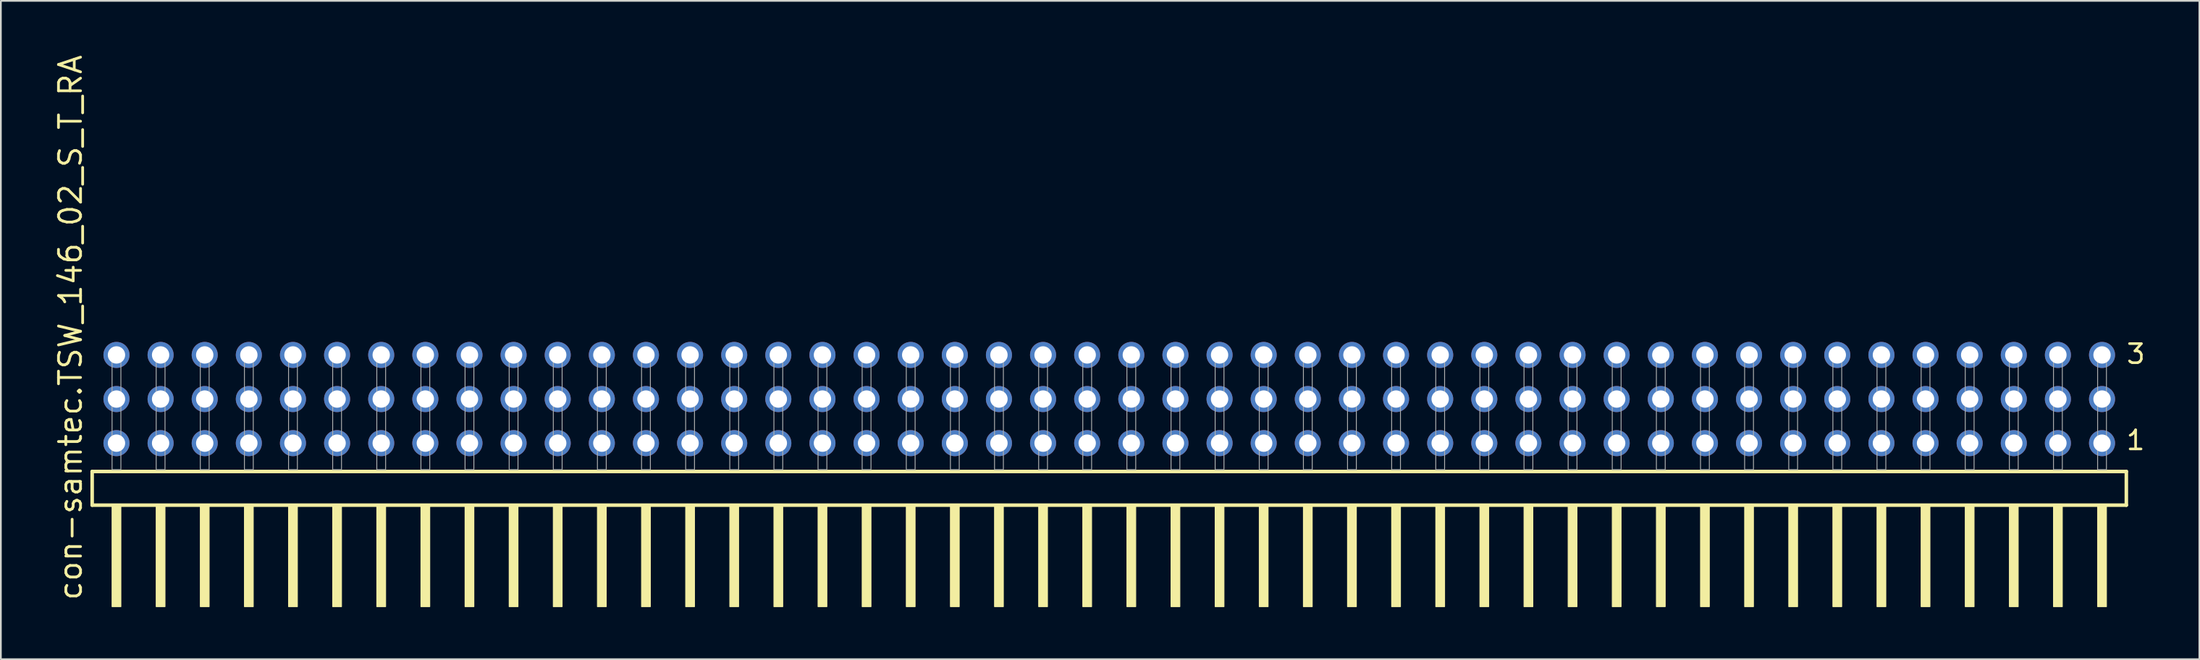
<source format=kicad_pcb>
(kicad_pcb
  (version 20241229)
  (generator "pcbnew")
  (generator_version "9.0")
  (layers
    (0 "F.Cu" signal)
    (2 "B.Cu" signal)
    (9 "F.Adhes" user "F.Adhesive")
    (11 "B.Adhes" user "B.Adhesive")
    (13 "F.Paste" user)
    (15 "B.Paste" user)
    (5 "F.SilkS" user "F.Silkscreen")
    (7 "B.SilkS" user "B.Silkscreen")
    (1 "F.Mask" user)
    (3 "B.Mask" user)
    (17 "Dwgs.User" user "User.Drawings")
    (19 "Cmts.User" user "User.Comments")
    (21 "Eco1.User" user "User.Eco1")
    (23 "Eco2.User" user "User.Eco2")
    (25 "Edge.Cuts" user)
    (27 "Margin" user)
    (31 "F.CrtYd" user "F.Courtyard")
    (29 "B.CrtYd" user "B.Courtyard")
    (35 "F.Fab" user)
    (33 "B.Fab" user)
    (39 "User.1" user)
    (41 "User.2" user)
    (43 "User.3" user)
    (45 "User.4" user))
  (footprint "con-samtec.TSW_146_02_S_T_RA"
    (layer "F.Cu")
    (at 60.805 23.993)
    (property "Reference" "con-samtec.TSW_146_02_S_T_RA" (at -59.055 7.62 90) (layer "F.SilkS") (effects (font (size 1.27 1.27) (thickness 0.16)) (justify left bottom)))
    (attr through_hole)
    (fp_line (start -58.549 0.106) (end -58.549 2.046) (stroke (width 0.203) (type default)) (layer "F.SilkS"))
    (fp_line (start -58.549 2.046) (end 58.549 2.046) (stroke (width 0.203) (type default)) (layer "F.SilkS"))
    (fp_line (start 58.549 0.106) (end -58.549 0.106) (stroke (width 0.203) (type default)) (layer "F.SilkS"))
    (fp_line (start 58.549 2.046) (end 58.549 0.106) (stroke (width 0.203) (type default)) (layer "F.SilkS"))
    (fp_rect (start -57.404 7.89) (end -56.896 2.04) (stroke (width 0.05) (type default)) (fill yes) (layer "F.SilkS"))
    (fp_rect (start -54.864 7.89) (end -54.356 2.04) (stroke (width 0.05) (type default)) (fill yes) (layer "F.SilkS"))
    (fp_rect (start -52.324 7.89) (end -51.816 2.04) (stroke (width 0.05) (type default)) (fill yes) (layer "F.SilkS"))
    (fp_rect (start -49.784 7.89) (end -49.276 2.04) (stroke (width 0.05) (type default)) (fill yes) (layer "F.SilkS"))
    (fp_rect (start -47.244 7.89) (end -46.736 2.04) (stroke (width 0.05) (type default)) (fill yes) (layer "F.SilkS"))
    (fp_rect (start -44.704 7.89) (end -44.196 2.04) (stroke (width 0.05) (type default)) (fill yes) (layer "F.SilkS"))
    (fp_rect (start -42.164 7.89) (end -41.656 2.04) (stroke (width 0.05) (type default)) (fill yes) (layer "F.SilkS"))
    (fp_rect (start -39.624 7.89) (end -39.116 2.04) (stroke (width 0.05) (type default)) (fill yes) (layer "F.SilkS"))
    (fp_rect (start -37.084 7.89) (end -36.576 2.04) (stroke (width 0.05) (type default)) (fill yes) (layer "F.SilkS"))
    (fp_rect (start -34.544 7.89) (end -34.036 2.04) (stroke (width 0.05) (type default)) (fill yes) (layer "F.SilkS"))
    (fp_rect (start -32.004 7.89) (end -31.496 2.04) (stroke (width 0.05) (type default)) (fill yes) (layer "F.SilkS"))
    (fp_rect (start -29.464 7.89) (end -28.956 2.04) (stroke (width 0.05) (type default)) (fill yes) (layer "F.SilkS"))
    (fp_rect (start -26.924 7.89) (end -26.416 2.04) (stroke (width 0.05) (type default)) (fill yes) (layer "F.SilkS"))
    (fp_rect (start -24.384 7.89) (end -23.876 2.04) (stroke (width 0.05) (type default)) (fill yes) (layer "F.SilkS"))
    (fp_rect (start -21.844 7.89) (end -21.336 2.04) (stroke (width 0.05) (type default)) (fill yes) (layer "F.SilkS"))
    (fp_rect (start -19.304 7.89) (end -18.796 2.04) (stroke (width 0.05) (type default)) (fill yes) (layer "F.SilkS"))
    (fp_rect (start -16.764 7.89) (end -16.256 2.04) (stroke (width 0.05) (type default)) (fill yes) (layer "F.SilkS"))
    (fp_rect (start -14.224 7.89) (end -13.716 2.04) (stroke (width 0.05) (type default)) (fill yes) (layer "F.SilkS"))
    (fp_rect (start -11.684 7.89) (end -11.176 2.04) (stroke (width 0.05) (type default)) (fill yes) (layer "F.SilkS"))
    (fp_rect (start -9.144 7.89) (end -8.636 2.04) (stroke (width 0.05) (type default)) (fill yes) (layer "F.SilkS"))
    (fp_rect (start -6.604 7.89) (end -6.096 2.04) (stroke (width 0.05) (type default)) (fill yes) (layer "F.SilkS"))
    (fp_rect (start -4.064 7.89) (end -3.556 2.04) (stroke (width 0.05) (type default)) (fill yes) (layer "F.SilkS"))
    (fp_rect (start -1.524 7.89) (end -1.016 2.04) (stroke (width 0.05) (type default)) (fill yes) (layer "F.SilkS"))
    (fp_rect (start 1.016 7.89) (end 1.524 2.04) (stroke (width 0.05) (type default)) (fill yes) (layer "F.SilkS"))
    (fp_rect (start 3.556 7.89) (end 4.064 2.04) (stroke (width 0.05) (type default)) (fill yes) (layer "F.SilkS"))
    (fp_rect (start 6.096 7.89) (end 6.604 2.04) (stroke (width 0.05) (type default)) (fill yes) (layer "F.SilkS"))
    (fp_rect (start 8.636 7.89) (end 9.144 2.04) (stroke (width 0.05) (type default)) (fill yes) (layer "F.SilkS"))
    (fp_rect (start 11.176 7.89) (end 11.684 2.04) (stroke (width 0.05) (type default)) (fill yes) (layer "F.SilkS"))
    (fp_rect (start 13.716 7.89) (end 14.224 2.04) (stroke (width 0.05) (type default)) (fill yes) (layer "F.SilkS"))
    (fp_rect (start 16.256 7.89) (end 16.764 2.04) (stroke (width 0.05) (type default)) (fill yes) (layer "F.SilkS"))
    (fp_rect (start 18.796 7.89) (end 19.304 2.04) (stroke (width 0.05) (type default)) (fill yes) (layer "F.SilkS"))
    (fp_rect (start 21.336 7.89) (end 21.844 2.04) (stroke (width 0.05) (type default)) (fill yes) (layer "F.SilkS"))
    (fp_rect (start 23.876 7.89) (end 24.384 2.04) (stroke (width 0.05) (type default)) (fill yes) (layer "F.SilkS"))
    (fp_rect (start 26.416 7.89) (end 26.924 2.04) (stroke (width 0.05) (type default)) (fill yes) (layer "F.SilkS"))
    (fp_rect (start 28.956 7.89) (end 29.464 2.04) (stroke (width 0.05) (type default)) (fill yes) (layer "F.SilkS"))
    (fp_rect (start 31.496 7.89) (end 32.004 2.04) (stroke (width 0.05) (type default)) (fill yes) (layer "F.SilkS"))
    (fp_rect (start 34.036 7.89) (end 34.544 2.04) (stroke (width 0.05) (type default)) (fill yes) (layer "F.SilkS"))
    (fp_rect (start 36.576 7.89) (end 37.084 2.04) (stroke (width 0.05) (type default)) (fill yes) (layer "F.SilkS"))
    (fp_rect (start 39.116 7.89) (end 39.624 2.04) (stroke (width 0.05) (type default)) (fill yes) (layer "F.SilkS"))
    (fp_rect (start 41.656 7.89) (end 42.164 2.04) (stroke (width 0.05) (type default)) (fill yes) (layer "F.SilkS"))
    (fp_rect (start 44.196 7.89) (end 44.704 2.04) (stroke (width 0.05) (type default)) (fill yes) (layer "F.SilkS"))
    (fp_rect (start 46.736 7.89) (end 47.244 2.04) (stroke (width 0.05) (type default)) (fill yes) (layer "F.SilkS"))
    (fp_rect (start 49.276 7.89) (end 49.784 2.04) (stroke (width 0.05) (type default)) (fill yes) (layer "F.SilkS"))
    (fp_rect (start 51.816 7.89) (end 52.324 2.04) (stroke (width 0.05) (type default)) (fill yes) (layer "F.SilkS"))
    (fp_rect (start 54.356 7.89) (end 54.864 2.04) (stroke (width 0.05) (type default)) (fill yes) (layer "F.SilkS"))
    (fp_rect (start 56.896 7.89) (end 57.404 2.04) (stroke (width 0.05) (type default)) (fill yes) (layer "F.SilkS"))
    (fp_rect (start -57.404 0) (end -56.896 -6.858) (stroke (width 0.05) (type default)) (fill no) (layer "F.Fab"))
    (fp_rect (start -54.864 0) (end -54.356 -6.858) (stroke (width 0.05) (type default)) (fill no) (layer "F.Fab"))
    (fp_rect (start -52.324 0) (end -51.816 -6.858) (stroke (width 0.05) (type default)) (fill no) (layer "F.Fab"))
    (fp_rect (start -49.784 0) (end -49.276 -6.858) (stroke (width 0.05) (type default)) (fill no) (layer "F.Fab"))
    (fp_rect (start -47.244 0) (end -46.736 -6.858) (stroke (width 0.05) (type default)) (fill no) (layer "F.Fab"))
    (fp_rect (start -44.704 0) (end -44.196 -6.858) (stroke (width 0.05) (type default)) (fill no) (layer "F.Fab"))
    (fp_rect (start -42.164 0) (end -41.656 -6.858) (stroke (width 0.05) (type default)) (fill no) (layer "F.Fab"))
    (fp_rect (start -39.624 0) (end -39.116 -6.858) (stroke (width 0.05) (type default)) (fill no) (layer "F.Fab"))
    (fp_rect (start -37.084 0) (end -36.576 -6.858) (stroke (width 0.05) (type default)) (fill no) (layer "F.Fab"))
    (fp_rect (start -34.544 0) (end -34.036 -6.858) (stroke (width 0.05) (type default)) (fill no) (layer "F.Fab"))
    (fp_rect (start -32.004 0) (end -31.496 -6.858) (stroke (width 0.05) (type default)) (fill no) (layer "F.Fab"))
    (fp_rect (start -29.464 0) (end -28.956 -6.858) (stroke (width 0.05) (type default)) (fill no) (layer "F.Fab"))
    (fp_rect (start -26.924 0) (end -26.416 -6.858) (stroke (width 0.05) (type default)) (fill no) (layer "F.Fab"))
    (fp_rect (start -24.384 0) (end -23.876 -6.858) (stroke (width 0.05) (type default)) (fill no) (layer "F.Fab"))
    (fp_rect (start -21.844 0) (end -21.336 -6.858) (stroke (width 0.05) (type default)) (fill no) (layer "F.Fab"))
    (fp_rect (start -19.304 0) (end -18.796 -6.858) (stroke (width 0.05) (type default)) (fill no) (layer "F.Fab"))
    (fp_rect (start -16.764 0) (end -16.256 -6.858) (stroke (width 0.05) (type default)) (fill no) (layer "F.Fab"))
    (fp_rect (start -14.224 0) (end -13.716 -6.858) (stroke (width 0.05) (type default)) (fill no) (layer "F.Fab"))
    (fp_rect (start -11.684 0) (end -11.176 -6.858) (stroke (width 0.05) (type default)) (fill no) (layer "F.Fab"))
    (fp_rect (start -9.144 0) (end -8.636 -6.858) (stroke (width 0.05) (type default)) (fill no) (layer "F.Fab"))
    (fp_rect (start -6.604 0) (end -6.096 -6.858) (stroke (width 0.05) (type default)) (fill no) (layer "F.Fab"))
    (fp_rect (start -4.064 0) (end -3.556 -6.858) (stroke (width 0.05) (type default)) (fill no) (layer "F.Fab"))
    (fp_rect (start -1.524 0) (end -1.016 -6.858) (stroke (width 0.05) (type default)) (fill no) (layer "F.Fab"))
    (fp_rect (start 1.016 0) (end 1.524 -6.858) (stroke (width 0.05) (type default)) (fill no) (layer "F.Fab"))
    (fp_rect (start 3.556 0) (end 4.064 -6.858) (stroke (width 0.05) (type default)) (fill no) (layer "F.Fab"))
    (fp_rect (start 6.096 0) (end 6.604 -6.858) (stroke (width 0.05) (type default)) (fill no) (layer "F.Fab"))
    (fp_rect (start 8.636 0) (end 9.144 -6.858) (stroke (width 0.05) (type default)) (fill no) (layer "F.Fab"))
    (fp_rect (start 11.176 0) (end 11.684 -6.858) (stroke (width 0.05) (type default)) (fill no) (layer "F.Fab"))
    (fp_rect (start 13.716 0) (end 14.224 -6.858) (stroke (width 0.05) (type default)) (fill no) (layer "F.Fab"))
    (fp_rect (start 16.256 0) (end 16.764 -6.858) (stroke (width 0.05) (type default)) (fill no) (layer "F.Fab"))
    (fp_rect (start 18.796 0) (end 19.304 -6.858) (stroke (width 0.05) (type default)) (fill no) (layer "F.Fab"))
    (fp_rect (start 21.336 0) (end 21.844 -6.858) (stroke (width 0.05) (type default)) (fill no) (layer "F.Fab"))
    (fp_rect (start 23.876 0) (end 24.384 -6.858) (stroke (width 0.05) (type default)) (fill no) (layer "F.Fab"))
    (fp_rect (start 26.416 0) (end 26.924 -6.858) (stroke (width 0.05) (type default)) (fill no) (layer "F.Fab"))
    (fp_rect (start 28.956 0) (end 29.464 -6.858) (stroke (width 0.05) (type default)) (fill no) (layer "F.Fab"))
    (fp_rect (start 31.496 0) (end 32.004 -6.858) (stroke (width 0.05) (type default)) (fill no) (layer "F.Fab"))
    (fp_rect (start 34.036 0) (end 34.544 -6.858) (stroke (width 0.05) (type default)) (fill no) (layer "F.Fab"))
    (fp_rect (start 36.576 0) (end 37.084 -6.858) (stroke (width 0.05) (type default)) (fill no) (layer "F.Fab"))
    (fp_rect (start 39.116 0) (end 39.624 -6.858) (stroke (width 0.05) (type default)) (fill no) (layer "F.Fab"))
    (fp_rect (start 41.656 0) (end 42.164 -6.858) (stroke (width 0.05) (type default)) (fill no) (layer "F.Fab"))
    (fp_rect (start 44.196 0) (end 44.704 -6.858) (stroke (width 0.05) (type default)) (fill no) (layer "F.Fab"))
    (fp_rect (start 46.736 0) (end 47.244 -6.858) (stroke (width 0.05) (type default)) (fill no) (layer "F.Fab"))
    (fp_rect (start 49.276 0) (end 49.784 -6.858) (stroke (width 0.05) (type default)) (fill no) (layer "F.Fab"))
    (fp_rect (start 51.816 0) (end 52.324 -6.858) (stroke (width 0.05) (type default)) (fill no) (layer "F.Fab"))
    (fp_rect (start 54.356 0) (end 54.864 -6.858) (stroke (width 0.05) (type default)) (fill no) (layer "F.Fab"))
    (fp_rect (start 56.896 0) (end 57.404 -6.858) (stroke (width 0.05) (type default)) (fill no) (layer "F.Fab"))
    (fp_text user "1" (at 58.46 -1.05 0) (layer "F.SilkS") (effects (font (size 1.1 1.1) (thickness 0.15)) (justify left bottom)))
    (fp_text user "3" (at 58.475 -6.015 0) (layer "F.SilkS") (effects (font (size 1.1 1.1) (thickness 0.15)) (justify left bottom)))
    (pad "1" thru_hole circle (at 57.15 -1.524 180) (size 1.5 1.5) (drill 1) (layers "*.Cu" "*.Mask"))
    (pad "2" thru_hole circle (at 57.15 -4.064 180) (size 1.5 1.5) (drill 1) (layers "*.Cu" "*.Mask"))
    (pad "3" thru_hole circle (at 57.15 -6.604 180) (size 1.5 1.5) (drill 1) (layers "*.Cu" "*.Mask"))
    (pad "4" thru_hole circle (at 54.61 -1.524 180) (size 1.5 1.5) (drill 1) (layers "*.Cu" "*.Mask"))
    (pad "5" thru_hole circle (at 54.61 -4.064 180) (size 1.5 1.5) (drill 1) (layers "*.Cu" "*.Mask"))
    (pad "6" thru_hole circle (at 54.61 -6.604 180) (size 1.5 1.5) (drill 1) (layers "*.Cu" "*.Mask"))
    (pad "7" thru_hole circle (at 52.07 -1.524 180) (size 1.5 1.5) (drill 1) (layers "*.Cu" "*.Mask"))
    (pad "8" thru_hole circle (at 52.07 -4.064 180) (size 1.5 1.5) (drill 1) (layers "*.Cu" "*.Mask"))
    (pad "9" thru_hole circle (at 52.07 -6.604 180) (size 1.5 1.5) (drill 1) (layers "*.Cu" "*.Mask"))
    (pad "10" thru_hole circle (at 49.53 -1.524 180) (size 1.5 1.5) (drill 1) (layers "*.Cu" "*.Mask"))
    (pad "11" thru_hole circle (at 49.53 -4.064 180) (size 1.5 1.5) (drill 1) (layers "*.Cu" "*.Mask"))
    (pad "12" thru_hole circle (at 49.53 -6.604 180) (size 1.5 1.5) (drill 1) (layers "*.Cu" "*.Mask"))
    (pad "13" thru_hole circle (at 46.99 -1.524 180) (size 1.5 1.5) (drill 1) (layers "*.Cu" "*.Mask"))
    (pad "14" thru_hole circle (at 46.99 -4.064 180) (size 1.5 1.5) (drill 1) (layers "*.Cu" "*.Mask"))
    (pad "15" thru_hole circle (at 46.99 -6.604 180) (size 1.5 1.5) (drill 1) (layers "*.Cu" "*.Mask"))
    (pad "16" thru_hole circle (at 44.45 -1.524 180) (size 1.5 1.5) (drill 1) (layers "*.Cu" "*.Mask"))
    (pad "17" thru_hole circle (at 44.45 -4.064 180) (size 1.5 1.5) (drill 1) (layers "*.Cu" "*.Mask"))
    (pad "18" thru_hole circle (at 44.45 -6.604 180) (size 1.5 1.5) (drill 1) (layers "*.Cu" "*.Mask"))
    (pad "19" thru_hole circle (at 41.91 -1.524 180) (size 1.5 1.5) (drill 1) (layers "*.Cu" "*.Mask"))
    (pad "20" thru_hole circle (at 41.91 -4.064 180) (size 1.5 1.5) (drill 1) (layers "*.Cu" "*.Mask"))
    (pad "21" thru_hole circle (at 41.91 -6.604 180) (size 1.5 1.5) (drill 1) (layers "*.Cu" "*.Mask"))
    (pad "22" thru_hole circle (at 39.37 -1.524 180) (size 1.5 1.5) (drill 1) (layers "*.Cu" "*.Mask"))
    (pad "23" thru_hole circle (at 39.37 -4.064 180) (size 1.5 1.5) (drill 1) (layers "*.Cu" "*.Mask"))
    (pad "24" thru_hole circle (at 39.37 -6.604 180) (size 1.5 1.5) (drill 1) (layers "*.Cu" "*.Mask"))
    (pad "25" thru_hole circle (at 36.83 -1.524 180) (size 1.5 1.5) (drill 1) (layers "*.Cu" "*.Mask"))
    (pad "26" thru_hole circle (at 36.83 -4.064 180) (size 1.5 1.5) (drill 1) (layers "*.Cu" "*.Mask"))
    (pad "27" thru_hole circle (at 36.83 -6.604 180) (size 1.5 1.5) (drill 1) (layers "*.Cu" "*.Mask"))
    (pad "28" thru_hole circle (at 34.29 -1.524 180) (size 1.5 1.5) (drill 1) (layers "*.Cu" "*.Mask"))
    (pad "29" thru_hole circle (at 34.29 -4.064 180) (size 1.5 1.5) (drill 1) (layers "*.Cu" "*.Mask"))
    (pad "30" thru_hole circle (at 34.29 -6.604 180) (size 1.5 1.5) (drill 1) (layers "*.Cu" "*.Mask"))
    (pad "31" thru_hole circle (at 31.75 -1.524 180) (size 1.5 1.5) (drill 1) (layers "*.Cu" "*.Mask"))
    (pad "32" thru_hole circle (at 31.75 -4.064 180) (size 1.5 1.5) (drill 1) (layers "*.Cu" "*.Mask"))
    (pad "33" thru_hole circle (at 31.75 -6.604 180) (size 1.5 1.5) (drill 1) (layers "*.Cu" "*.Mask"))
    (pad "34" thru_hole circle (at 29.21 -1.524 180) (size 1.5 1.5) (drill 1) (layers "*.Cu" "*.Mask"))
    (pad "35" thru_hole circle (at 29.21 -4.064 180) (size 1.5 1.5) (drill 1) (layers "*.Cu" "*.Mask"))
    (pad "36" thru_hole circle (at 29.21 -6.604 180) (size 1.5 1.5) (drill 1) (layers "*.Cu" "*.Mask"))
    (pad "37" thru_hole circle (at 26.67 -1.524 180) (size 1.5 1.5) (drill 1) (layers "*.Cu" "*.Mask"))
    (pad "38" thru_hole circle (at 26.67 -4.064 180) (size 1.5 1.5) (drill 1) (layers "*.Cu" "*.Mask"))
    (pad "39" thru_hole circle (at 26.67 -6.604 180) (size 1.5 1.5) (drill 1) (layers "*.Cu" "*.Mask"))
    (pad "40" thru_hole circle (at 24.13 -1.524 180) (size 1.5 1.5) (drill 1) (layers "*.Cu" "*.Mask"))
    (pad "41" thru_hole circle (at 24.13 -4.064 180) (size 1.5 1.5) (drill 1) (layers "*.Cu" "*.Mask"))
    (pad "42" thru_hole circle (at 24.13 -6.604 180) (size 1.5 1.5) (drill 1) (layers "*.Cu" "*.Mask"))
    (pad "43" thru_hole circle (at 21.59 -1.524 180) (size 1.5 1.5) (drill 1) (layers "*.Cu" "*.Mask"))
    (pad "44" thru_hole circle (at 21.59 -4.064 180) (size 1.5 1.5) (drill 1) (layers "*.Cu" "*.Mask"))
    (pad "45" thru_hole circle (at 21.59 -6.604 180) (size 1.5 1.5) (drill 1) (layers "*.Cu" "*.Mask"))
    (pad "46" thru_hole circle (at 19.05 -1.524 180) (size 1.5 1.5) (drill 1) (layers "*.Cu" "*.Mask"))
    (pad "47" thru_hole circle (at 19.05 -4.064 180) (size 1.5 1.5) (drill 1) (layers "*.Cu" "*.Mask"))
    (pad "48" thru_hole circle (at 19.05 -6.604 180) (size 1.5 1.5) (drill 1) (layers "*.Cu" "*.Mask"))
    (pad "49" thru_hole circle (at 16.51 -1.524 180) (size 1.5 1.5) (drill 1) (layers "*.Cu" "*.Mask"))
    (pad "50" thru_hole circle (at 16.51 -4.064 180) (size 1.5 1.5) (drill 1) (layers "*.Cu" "*.Mask"))
    (pad "51" thru_hole circle (at 16.51 -6.604 180) (size 1.5 1.5) (drill 1) (layers "*.Cu" "*.Mask"))
    (pad "52" thru_hole circle (at 13.97 -1.524 180) (size 1.5 1.5) (drill 1) (layers "*.Cu" "*.Mask"))
    (pad "53" thru_hole circle (at 13.97 -4.064 180) (size 1.5 1.5) (drill 1) (layers "*.Cu" "*.Mask"))
    (pad "54" thru_hole circle (at 13.97 -6.604 180) (size 1.5 1.5) (drill 1) (layers "*.Cu" "*.Mask"))
    (pad "55" thru_hole circle (at 11.43 -1.524 180) (size 1.5 1.5) (drill 1) (layers "*.Cu" "*.Mask"))
    (pad "56" thru_hole circle (at 11.43 -4.064 180) (size 1.5 1.5) (drill 1) (layers "*.Cu" "*.Mask"))
    (pad "57" thru_hole circle (at 11.43 -6.604 180) (size 1.5 1.5) (drill 1) (layers "*.Cu" "*.Mask"))
    (pad "58" thru_hole circle (at 8.89 -1.524 180) (size 1.5 1.5) (drill 1) (layers "*.Cu" "*.Mask"))
    (pad "59" thru_hole circle (at 8.89 -4.064 180) (size 1.5 1.5) (drill 1) (layers "*.Cu" "*.Mask"))
    (pad "60" thru_hole circle (at 8.89 -6.604 180) (size 1.5 1.5) (drill 1) (layers "*.Cu" "*.Mask"))
    (pad "61" thru_hole circle (at 6.35 -1.524 180) (size 1.5 1.5) (drill 1) (layers "*.Cu" "*.Mask"))
    (pad "62" thru_hole circle (at 6.35 -4.064 180) (size 1.5 1.5) (drill 1) (layers "*.Cu" "*.Mask"))
    (pad "63" thru_hole circle (at 6.35 -6.604 180) (size 1.5 1.5) (drill 1) (layers "*.Cu" "*.Mask"))
    (pad "64" thru_hole circle (at 3.81 -1.524 180) (size 1.5 1.5) (drill 1) (layers "*.Cu" "*.Mask"))
    (pad "65" thru_hole circle (at 3.81 -4.064 180) (size 1.5 1.5) (drill 1) (layers "*.Cu" "*.Mask"))
    (pad "66" thru_hole circle (at 3.81 -6.604 180) (size 1.5 1.5) (drill 1) (layers "*.Cu" "*.Mask"))
    (pad "67" thru_hole circle (at 1.27 -1.524 180) (size 1.5 1.5) (drill 1) (layers "*.Cu" "*.Mask"))
    (pad "68" thru_hole circle (at 1.27 -4.064 180) (size 1.5 1.5) (drill 1) (layers "*.Cu" "*.Mask"))
    (pad "69" thru_hole circle (at 1.27 -6.604 180) (size 1.5 1.5) (drill 1) (layers "*.Cu" "*.Mask"))
    (pad "70" thru_hole circle (at -1.27 -1.524 180) (size 1.5 1.5) (drill 1) (layers "*.Cu" "*.Mask"))
    (pad "71" thru_hole circle (at -1.27 -4.064 180) (size 1.5 1.5) (drill 1) (layers "*.Cu" "*.Mask"))
    (pad "72" thru_hole circle (at -1.27 -6.604 180) (size 1.5 1.5) (drill 1) (layers "*.Cu" "*.Mask"))
    (pad "73" thru_hole circle (at -3.81 -1.524 180) (size 1.5 1.5) (drill 1) (layers "*.Cu" "*.Mask"))
    (pad "74" thru_hole circle (at -3.81 -4.064 180) (size 1.5 1.5) (drill 1) (layers "*.Cu" "*.Mask"))
    (pad "75" thru_hole circle (at -3.81 -6.604 180) (size 1.5 1.5) (drill 1) (layers "*.Cu" "*.Mask"))
    (pad "76" thru_hole circle (at -6.35 -1.524 180) (size 1.5 1.5) (drill 1) (layers "*.Cu" "*.Mask"))
    (pad "77" thru_hole circle (at -6.35 -4.064 180) (size 1.5 1.5) (drill 1) (layers "*.Cu" "*.Mask"))
    (pad "78" thru_hole circle (at -6.35 -6.604 180) (size 1.5 1.5) (drill 1) (layers "*.Cu" "*.Mask"))
    (pad "79" thru_hole circle (at -8.89 -1.524 180) (size 1.5 1.5) (drill 1) (layers "*.Cu" "*.Mask"))
    (pad "80" thru_hole circle (at -8.89 -4.064 180) (size 1.5 1.5) (drill 1) (layers "*.Cu" "*.Mask"))
    (pad "81" thru_hole circle (at -8.89 -6.604 180) (size 1.5 1.5) (drill 1) (layers "*.Cu" "*.Mask"))
    (pad "82" thru_hole circle (at -11.43 -1.524 180) (size 1.5 1.5) (drill 1) (layers "*.Cu" "*.Mask"))
    (pad "83" thru_hole circle (at -11.43 -4.064 180) (size 1.5 1.5) (drill 1) (layers "*.Cu" "*.Mask"))
    (pad "84" thru_hole circle (at -11.43 -6.604 180) (size 1.5 1.5) (drill 1) (layers "*.Cu" "*.Mask"))
    (pad "85" thru_hole circle (at -13.97 -1.524 180) (size 1.5 1.5) (drill 1) (layers "*.Cu" "*.Mask"))
    (pad "86" thru_hole circle (at -13.97 -4.064 180) (size 1.5 1.5) (drill 1) (layers "*.Cu" "*.Mask"))
    (pad "87" thru_hole circle (at -13.97 -6.604 180) (size 1.5 1.5) (drill 1) (layers "*.Cu" "*.Mask"))
    (pad "88" thru_hole circle (at -16.51 -1.524 180) (size 1.5 1.5) (drill 1) (layers "*.Cu" "*.Mask"))
    (pad "89" thru_hole circle (at -16.51 -4.064 180) (size 1.5 1.5) (drill 1) (layers "*.Cu" "*.Mask"))
    (pad "90" thru_hole circle (at -16.51 -6.604 180) (size 1.5 1.5) (drill 1) (layers "*.Cu" "*.Mask"))
    (pad "91" thru_hole circle (at -19.05 -1.524 180) (size 1.5 1.5) (drill 1) (layers "*.Cu" "*.Mask"))
    (pad "92" thru_hole circle (at -19.05 -4.064 180) (size 1.5 1.5) (drill 1) (layers "*.Cu" "*.Mask"))
    (pad "93" thru_hole circle (at -19.05 -6.604 180) (size 1.5 1.5) (drill 1) (layers "*.Cu" "*.Mask"))
    (pad "94" thru_hole circle (at -21.59 -1.524 180) (size 1.5 1.5) (drill 1) (layers "*.Cu" "*.Mask"))
    (pad "95" thru_hole circle (at -21.59 -4.064 180) (size 1.5 1.5) (drill 1) (layers "*.Cu" "*.Mask"))
    (pad "96" thru_hole circle (at -21.59 -6.604 180) (size 1.5 1.5) (drill 1) (layers "*.Cu" "*.Mask"))
    (pad "97" thru_hole circle (at -24.13 -1.524 180) (size 1.5 1.5) (drill 1) (layers "*.Cu" "*.Mask"))
    (pad "98" thru_hole circle (at -24.13 -4.064 180) (size 1.5 1.5) (drill 1) (layers "*.Cu" "*.Mask"))
    (pad "99" thru_hole circle (at -24.13 -6.604 180) (size 1.5 1.5) (drill 1) (layers "*.Cu" "*.Mask"))
    (pad "100" thru_hole circle (at -26.67 -1.524 180) (size 1.5 1.5) (drill 1) (layers "*.Cu" "*.Mask"))
    (pad "101" thru_hole circle (at -26.67 -4.064 180) (size 1.5 1.5) (drill 1) (layers "*.Cu" "*.Mask"))
    (pad "102" thru_hole circle (at -26.67 -6.604 180) (size 1.5 1.5) (drill 1) (layers "*.Cu" "*.Mask"))
    (pad "103" thru_hole circle (at -29.21 -1.524 180) (size 1.5 1.5) (drill 1) (layers "*.Cu" "*.Mask"))
    (pad "104" thru_hole circle (at -29.21 -4.064 180) (size 1.5 1.5) (drill 1) (layers "*.Cu" "*.Mask"))
    (pad "105" thru_hole circle (at -29.21 -6.604 180) (size 1.5 1.5) (drill 1) (layers "*.Cu" "*.Mask"))
    (pad "106" thru_hole circle (at -31.75 -1.524 180) (size 1.5 1.5) (drill 1) (layers "*.Cu" "*.Mask"))
    (pad "107" thru_hole circle (at -31.75 -4.064 180) (size 1.5 1.5) (drill 1) (layers "*.Cu" "*.Mask"))
    (pad "108" thru_hole circle (at -31.75 -6.604 180) (size 1.5 1.5) (drill 1) (layers "*.Cu" "*.Mask"))
    (pad "109" thru_hole circle (at -34.29 -1.524 180) (size 1.5 1.5) (drill 1) (layers "*.Cu" "*.Mask"))
    (pad "110" thru_hole circle (at -34.29 -4.064 180) (size 1.5 1.5) (drill 1) (layers "*.Cu" "*.Mask"))
    (pad "111" thru_hole circle (at -34.29 -6.604 180) (size 1.5 1.5) (drill 1) (layers "*.Cu" "*.Mask"))
    (pad "112" thru_hole circle (at -36.83 -1.524 180) (size 1.5 1.5) (drill 1) (layers "*.Cu" "*.Mask"))
    (pad "113" thru_hole circle (at -36.83 -4.064 180) (size 1.5 1.5) (drill 1) (layers "*.Cu" "*.Mask"))
    (pad "114" thru_hole circle (at -36.83 -6.604 180) (size 1.5 1.5) (drill 1) (layers "*.Cu" "*.Mask"))
    (pad "115" thru_hole circle (at -39.37 -1.524 180) (size 1.5 1.5) (drill 1) (layers "*.Cu" "*.Mask"))
    (pad "116" thru_hole circle (at -39.37 -4.064 180) (size 1.5 1.5) (drill 1) (layers "*.Cu" "*.Mask"))
    (pad "117" thru_hole circle (at -39.37 -6.604 180) (size 1.5 1.5) (drill 1) (layers "*.Cu" "*.Mask"))
    (pad "118" thru_hole circle (at -41.91 -1.524 180) (size 1.5 1.5) (drill 1) (layers "*.Cu" "*.Mask"))
    (pad "119" thru_hole circle (at -41.91 -4.064 180) (size 1.5 1.5) (drill 1) (layers "*.Cu" "*.Mask"))
    (pad "120" thru_hole circle (at -41.91 -6.604 180) (size 1.5 1.5) (drill 1) (layers "*.Cu" "*.Mask"))
    (pad "121" thru_hole circle (at -44.45 -1.524 180) (size 1.5 1.5) (drill 1) (layers "*.Cu" "*.Mask"))
    (pad "122" thru_hole circle (at -44.45 -4.064 180) (size 1.5 1.5) (drill 1) (layers "*.Cu" "*.Mask"))
    (pad "123" thru_hole circle (at -44.45 -6.604 180) (size 1.5 1.5) (drill 1) (layers "*.Cu" "*.Mask"))
    (pad "124" thru_hole circle (at -46.99 -1.524 180) (size 1.5 1.5) (drill 1) (layers "*.Cu" "*.Mask"))
    (pad "125" thru_hole circle (at -46.99 -4.064 180) (size 1.5 1.5) (drill 1) (layers "*.Cu" "*.Mask"))
    (pad "126" thru_hole circle (at -46.99 -6.604 180) (size 1.5 1.5) (drill 1) (layers "*.Cu" "*.Mask"))
    (pad "127" thru_hole circle (at -49.53 -1.524 180) (size 1.5 1.5) (drill 1) (layers "*.Cu" "*.Mask"))
    (pad "128" thru_hole circle (at -49.53 -4.064 180) (size 1.5 1.5) (drill 1) (layers "*.Cu" "*.Mask"))
    (pad "129" thru_hole circle (at -49.53 -6.604 180) (size 1.5 1.5) (drill 1) (layers "*.Cu" "*.Mask"))
    (pad "130" thru_hole circle (at -52.07 -1.524 180) (size 1.5 1.5) (drill 1) (layers "*.Cu" "*.Mask"))
    (pad "131" thru_hole circle (at -52.07 -4.064 180) (size 1.5 1.5) (drill 1) (layers "*.Cu" "*.Mask"))
    (pad "132" thru_hole circle (at -52.07 -6.604 180) (size 1.5 1.5) (drill 1) (layers "*.Cu" "*.Mask"))
    (pad "133" thru_hole circle (at -54.61 -1.524 180) (size 1.5 1.5) (drill 1) (layers "*.Cu" "*.Mask"))
    (pad "134" thru_hole circle (at -54.61 -4.064 180) (size 1.5 1.5) (drill 1) (layers "*.Cu" "*.Mask"))
    (pad "135" thru_hole circle (at -54.61 -6.604 180) (size 1.5 1.5) (drill 1) (layers "*.Cu" "*.Mask"))
    (pad "136" thru_hole circle (at -57.15 -1.524 180) (size 1.5 1.5) (drill 1) (layers "*.Cu" "*.Mask"))
    (pad "137" thru_hole circle (at -57.15 -4.064 180) (size 1.5 1.5) (drill 1) (layers "*.Cu" "*.Mask"))
    (pad "138" thru_hole circle (at -57.15 -6.604 180) (size 1.5 1.5) (drill 1) (layers "*.Cu" "*.Mask")))
  (gr_rect
    (start -3 -3)
    (end 123.558 34.908)
    (stroke (width 0.1) (type default))
    (fill no)
    (layer "Edge.Cuts")))
</source>
